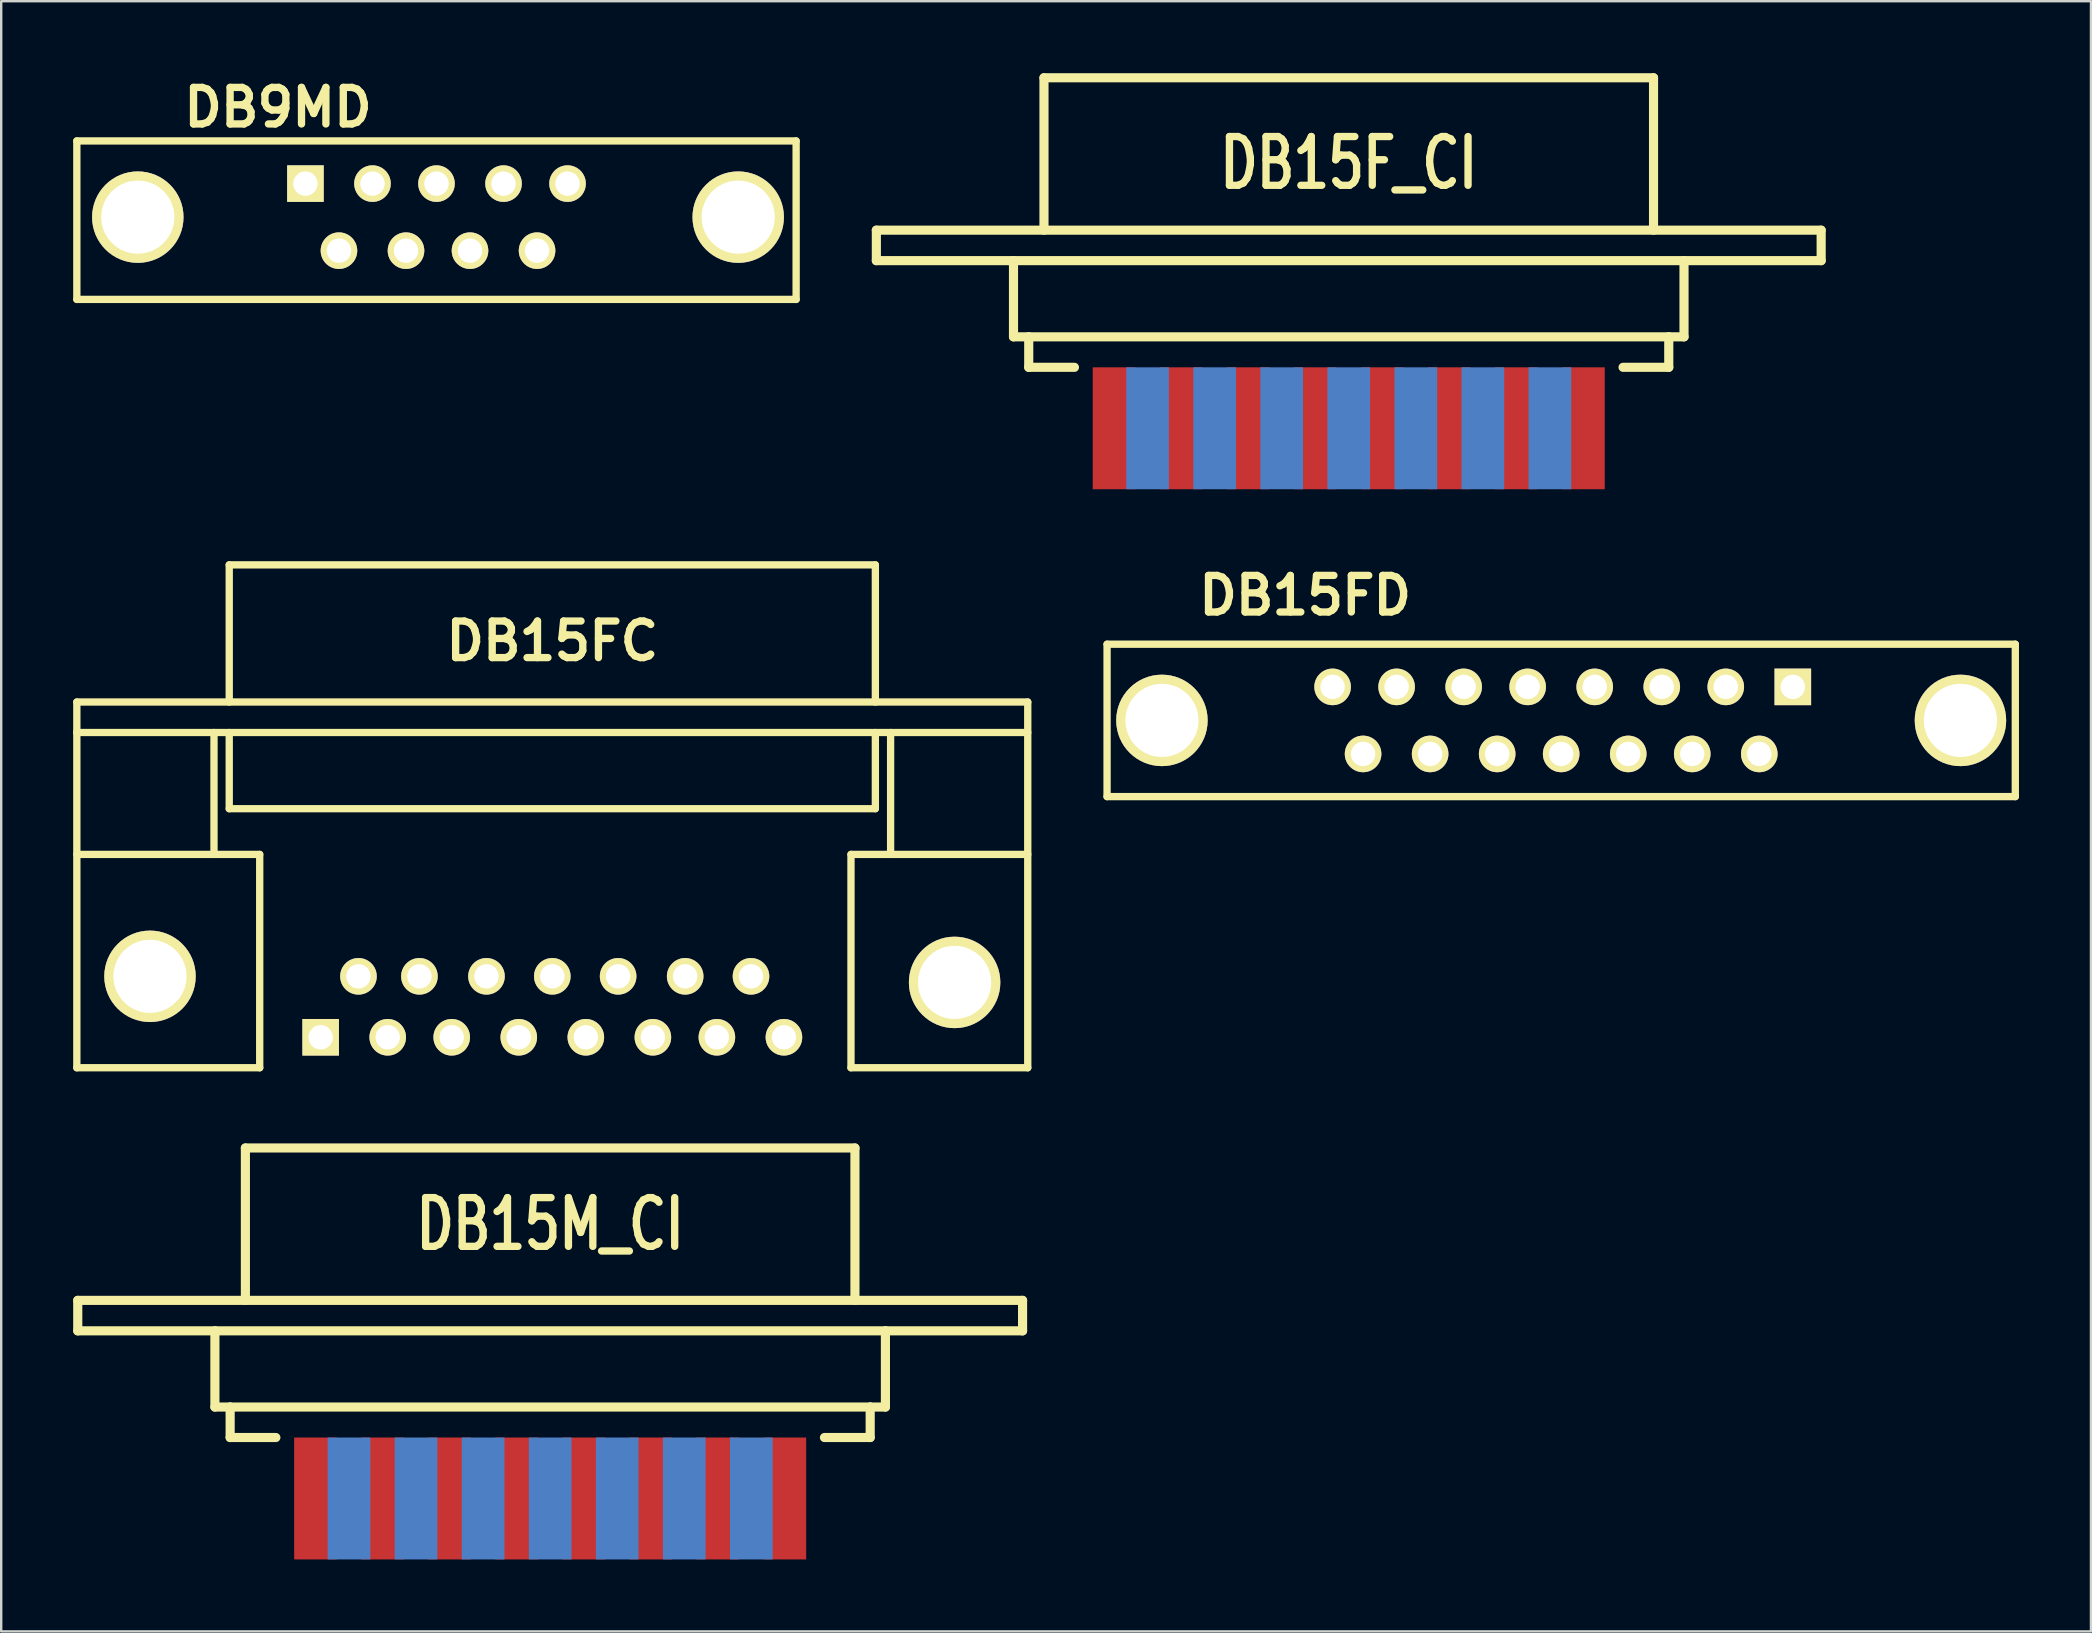
<source format=kicad_pcb>
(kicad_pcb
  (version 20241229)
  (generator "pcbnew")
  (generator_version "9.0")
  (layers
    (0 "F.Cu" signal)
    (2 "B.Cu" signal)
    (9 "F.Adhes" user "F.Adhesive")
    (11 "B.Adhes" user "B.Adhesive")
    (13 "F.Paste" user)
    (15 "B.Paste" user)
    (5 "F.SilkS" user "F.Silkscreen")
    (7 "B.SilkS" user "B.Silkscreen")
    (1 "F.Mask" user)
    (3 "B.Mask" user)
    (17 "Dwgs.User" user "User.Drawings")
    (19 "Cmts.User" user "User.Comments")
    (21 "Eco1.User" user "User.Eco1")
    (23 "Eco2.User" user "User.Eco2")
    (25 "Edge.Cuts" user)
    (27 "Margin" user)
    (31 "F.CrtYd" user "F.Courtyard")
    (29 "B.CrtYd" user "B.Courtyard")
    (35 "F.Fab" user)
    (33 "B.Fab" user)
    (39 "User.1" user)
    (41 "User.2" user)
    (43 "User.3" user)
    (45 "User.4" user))
  (footprint "DB15F_CI"
    (layer "F.Cu")
    (at 53.152 12.129)
    (property "Reference" "DB15F_CI" (at 0 -8.382 0) (layer "F.SilkS") (effects (font (size 2.032 1.524) (thickness 0.305))))
    (attr through_hole)
    (fp_line (start -19.685 -5.588) (end 19.685 -5.588) (stroke (width 0.381) (type solid)) (layer "F.SilkS"))
    (fp_line (start -19.685 -4.318) (end -19.685 -5.588) (stroke (width 0.381) (type solid)) (layer "F.SilkS"))
    (fp_line (start -13.97 -4.318) (end -19.685 -4.318) (stroke (width 0.381) (type solid)) (layer "F.SilkS"))
    (fp_line (start -13.97 -4.318) (end 13.97 -4.318) (stroke (width 0.381) (type solid)) (layer "F.SilkS"))
    (fp_line (start -13.97 -1.143) (end -13.97 -4.318) (stroke (width 0.381) (type solid)) (layer "F.SilkS"))
    (fp_line (start -13.335 -1.143) (end -13.97 -1.143) (stroke (width 0.381) (type solid)) (layer "F.SilkS"))
    (fp_line (start -13.335 -1.143) (end 13.335 -1.143) (stroke (width 0.381) (type solid)) (layer "F.SilkS"))
    (fp_line (start -13.335 0.127) (end -13.335 -1.143) (stroke (width 0.381) (type solid)) (layer "F.SilkS"))
    (fp_line (start -12.7 -11.938) (end 12.7 -11.938) (stroke (width 0.381) (type solid)) (layer "F.SilkS"))
    (fp_line (start -12.7 -5.588) (end -12.7 -11.938) (stroke (width 0.381) (type solid)) (layer "F.SilkS"))
    (fp_line (start -11.43 0.127) (end -13.335 0.127) (stroke (width 0.381) (type solid)) (layer "F.SilkS"))
    (fp_line (start 12.7 -11.938) (end 12.7 -5.588) (stroke (width 0.381) (type solid)) (layer "F.SilkS"))
    (fp_line (start 13.335 -1.143) (end 13.335 0.127) (stroke (width 0.381) (type solid)) (layer "F.SilkS"))
    (fp_line (start 13.335 0.127) (end 11.43 0.127) (stroke (width 0.381) (type solid)) (layer "F.SilkS"))
    (fp_line (start 13.97 -4.318) (end 13.97 -1.143) (stroke (width 0.381) (type solid)) (layer "F.SilkS"))
    (fp_line (start 13.97 -1.143) (end 13.335 -1.143) (stroke (width 0.381) (type solid)) (layer "F.SilkS"))
    (fp_line (start 19.685 -5.588) (end 19.685 -4.318) (stroke (width 0.381) (type solid)) (layer "F.SilkS"))
    (fp_line (start 19.685 -4.318) (end 13.97 -4.318) (stroke (width 0.381) (type solid)) (layer "F.SilkS"))
    (pad "1" connect rect (at -9.779 2.667) (size 1.778 5.08) (layers "F.Cu" "F.Mask"))
    (pad "2" connect rect (at -6.985 2.667) (size 1.778 5.08) (layers "F.Cu" "F.Mask"))
    (pad "3" connect rect (at -4.191 2.667) (size 1.778 5.08) (layers "F.Cu" "F.Mask"))
    (pad "4" connect rect (at -1.397 2.667) (size 1.778 5.08) (layers "F.Cu" "F.Mask"))
    (pad "5" connect rect (at 1.397 2.667) (size 1.778 5.08) (layers "F.Cu" "F.Mask"))
    (pad "6" connect rect (at 4.191 2.667) (size 1.778 5.08) (layers "F.Cu" "F.Mask"))
    (pad "7" connect rect (at 6.985 2.667) (size 1.778 5.08) (layers "F.Cu" "F.Mask"))
    (pad "8" connect rect (at 9.779 2.667) (size 1.778 5.08) (layers "F.Cu" "F.Mask"))
    (pad "9" connect rect (at -8.382 2.667) (size 1.778 5.08) (layers "B.Cu" "B.Mask"))
    (pad "10" connect rect (at -5.588 2.667) (size 1.778 5.08) (layers "B.Cu" "B.Mask"))
    (pad "11" connect rect (at -2.794 2.667) (size 1.778 5.08) (layers "B.Cu" "B.Mask"))
    (pad "12" connect rect (at 0 2.667) (size 1.778 5.08) (layers "B.Cu" "B.Mask"))
    (pad "13" connect rect (at 2.794 2.667) (size 1.778 5.08) (layers "B.Cu" "B.Mask"))
    (pad "14" connect rect (at 5.588 2.667) (size 1.778 5.08) (layers "B.Cu" "B.Mask"))
    (pad "15" connect rect (at 8.382 2.667) (size 1.778 5.08) (layers "B.Cu" "B.Mask")))
  (footprint "DB15FD"
    (layer "F.Cu")
    (at 61.496 26.842)
    (property "Reference" "DB15FD" (at -10.16 -5.08 180) (layer "F.SilkS") (effects (font (size 1.524 1.524) (thickness 0.305))))
    (attr through_hole)
    (fp_line (start -18.415 -3.048) (end -18.415 3.302) (stroke (width 0.305) (type solid)) (layer "F.SilkS"))
    (fp_line (start -18.415 3.302) (end 19.431 3.302) (stroke (width 0.305) (type solid)) (layer "F.SilkS"))
    (fp_line (start 19.431 -3.048) (end -18.415 -3.048) (stroke (width 0.305) (type solid)) (layer "F.SilkS"))
    (fp_line (start 19.431 3.302) (end 19.431 -3.048) (stroke (width 0.305) (type solid)) (layer "F.SilkS"))
    (pad "0" thru_hole circle (at -16.129 0.127) (size 3.81 3.81) (drill 3.048) (layers "*.Cu" "*.Mask" "F.SilkS"))
    (pad "0" thru_hole circle (at 17.145 0.127) (size 3.81 3.81) (drill 3.048) (layers "*.Cu" "*.Mask" "F.SilkS"))
    (pad "1" thru_hole rect (at 10.16 -1.27) (size 1.524 1.524) (drill 1.016) (layers "*.Cu" "*.Mask" "F.SilkS"))
    (pad "2" thru_hole circle (at 7.366 -1.27) (size 1.524 1.524) (drill 1.016) (layers "*.Cu" "*.Mask" "F.SilkS"))
    (pad "3" thru_hole circle (at 4.699 -1.27) (size 1.524 1.524) (drill 1.016) (layers "*.Cu" "*.Mask" "F.SilkS"))
    (pad "4" thru_hole circle (at 1.905 -1.27) (size 1.524 1.524) (drill 1.016) (layers "*.Cu" "*.Mask" "F.SilkS"))
    (pad "5" thru_hole circle (at -0.889 -1.27) (size 1.524 1.524) (drill 1.016) (layers "*.Cu" "*.Mask" "F.SilkS"))
    (pad "6" thru_hole circle (at -3.556 -1.27) (size 1.524 1.524) (drill 1.016) (layers "*.Cu" "*.Mask" "F.SilkS"))
    (pad "7" thru_hole circle (at -6.35 -1.27) (size 1.524 1.524) (drill 1.016) (layers "*.Cu" "*.Mask" "F.SilkS"))
    (pad "8" thru_hole circle (at -9.017 -1.27) (size 1.524 1.524) (drill 1.016) (layers "*.Cu" "*.Mask" "F.SilkS"))
    (pad "9" thru_hole circle (at 8.763 1.524) (size 1.524 1.524) (drill 1.016) (layers "*.Cu" "*.Mask" "F.SilkS"))
    (pad "10" thru_hole circle (at 5.969 1.524) (size 1.524 1.524) (drill 1.016) (layers "*.Cu" "*.Mask" "F.SilkS"))
    (pad "11" thru_hole circle (at 3.302 1.524) (size 1.524 1.524) (drill 1.016) (layers "*.Cu" "*.Mask" "F.SilkS"))
    (pad "12" thru_hole circle (at 0.508 1.524) (size 1.524 1.524) (drill 1.016) (layers "*.Cu" "*.Mask" "F.SilkS"))
    (pad "13" thru_hole circle (at -2.159 1.524) (size 1.524 1.524) (drill 1.016) (layers "*.Cu" "*.Mask" "F.SilkS"))
    (pad "14" thru_hole circle (at -4.953 1.524) (size 1.524 1.524) (drill 1.016) (layers "*.Cu" "*.Mask" "F.SilkS"))
    (pad "15" thru_hole circle (at -7.747 1.524) (size 1.524 1.524) (drill 1.016) (layers "*.Cu" "*.Mask" "F.SilkS")))
  (footprint "DB15FC"
    (layer "F.Cu")
    (at 19.964 38.903)
    (property "Reference" "DB15FC" (at 0 -15.24 0) (layer "F.SilkS") (effects (font (size 1.524 1.524) (thickness 0.305))))
    (attr through_hole)
    (fp_line (start -19.812 -12.7) (end -19.812 -11.43) (stroke (width 0.305) (type solid)) (layer "F.SilkS"))
    (fp_line (start -19.812 -6.35) (end -12.192 -6.35) (stroke (width 0.305) (type solid)) (layer "F.SilkS"))
    (fp_line (start -19.812 2.54) (end -19.812 -11.43) (stroke (width 0.305) (type solid)) (layer "F.SilkS"))
    (fp_line (start -19.812 2.54) (end -12.192 2.54) (stroke (width 0.305) (type solid)) (layer "F.SilkS"))
    (fp_line (start -14.097 -11.43) (end -14.097 -6.35) (stroke (width 0.305) (type solid)) (layer "F.SilkS"))
    (fp_line (start -13.462 -18.415) (end -13.462 -12.7) (stroke (width 0.305) (type solid)) (layer "F.SilkS"))
    (fp_line (start -13.462 -18.415) (end 13.462 -18.415) (stroke (width 0.305) (type solid)) (layer "F.SilkS"))
    (fp_line (start -13.462 -8.255) (end -13.462 -11.43) (stroke (width 0.305) (type solid)) (layer "F.SilkS"))
    (fp_line (start -12.192 -6.35) (end -12.192 2.54) (stroke (width 0.305) (type solid)) (layer "F.SilkS"))
    (fp_line (start 12.446 -6.35) (end 19.812 -6.35) (stroke (width 0.305) (type solid)) (layer "F.SilkS"))
    (fp_line (start 12.446 2.54) (end 12.446 -6.35) (stroke (width 0.305) (type solid)) (layer "F.SilkS"))
    (fp_line (start 13.462 -12.7) (end 13.462 -18.415) (stroke (width 0.305) (type solid)) (layer "F.SilkS"))
    (fp_line (start 13.462 -8.255) (end -13.462 -8.255) (stroke (width 0.305) (type solid)) (layer "F.SilkS"))
    (fp_line (start 13.462 -8.255) (end 13.462 -11.43) (stroke (width 0.305) (type solid)) (layer "F.SilkS"))
    (fp_line (start 14.097 -6.35) (end 14.097 -11.43) (stroke (width 0.305) (type solid)) (layer "F.SilkS"))
    (fp_line (start 19.812 -12.7) (end -19.812 -12.7) (stroke (width 0.305) (type solid)) (layer "F.SilkS"))
    (fp_line (start 19.812 -11.43) (end -19.812 -11.43) (stroke (width 0.305) (type solid)) (layer "F.SilkS"))
    (fp_line (start 19.812 2.54) (end 12.446 2.54) (stroke (width 0.305) (type solid)) (layer "F.SilkS"))
    (fp_line (start 19.812 2.54) (end 19.812 -12.7) (stroke (width 0.305) (type solid)) (layer "F.SilkS"))
    (pad "" thru_hole circle (at -16.764 -1.27) (size 3.81 3.81) (drill 3.048) (layers "*.Cu" "*.Mask" "F.SilkS"))
    (pad "" thru_hole circle (at 16.764 -1.016) (size 3.81 3.81) (drill 3.048) (layers "*.Cu" "*.Mask" "F.SilkS"))
    (pad "1" thru_hole rect (at -9.652 1.27) (size 1.524 1.524) (drill 1.016) (layers "*.Cu" "*.Mask" "F.SilkS"))
    (pad "2" thru_hole circle (at -6.858 1.27) (size 1.524 1.524) (drill 1.016) (layers "*.Cu" "*.Mask" "F.SilkS"))
    (pad "3" thru_hole circle (at -4.191 1.27) (size 1.524 1.524) (drill 1.016) (layers "*.Cu" "*.Mask" "F.SilkS"))
    (pad "4" thru_hole circle (at -1.397 1.27) (size 1.524 1.524) (drill 1.016) (layers "*.Cu" "*.Mask" "F.SilkS"))
    (pad "5" thru_hole circle (at 1.397 1.27) (size 1.524 1.524) (drill 1.016) (layers "*.Cu" "*.Mask" "F.SilkS"))
    (pad "6" thru_hole circle (at 4.191 1.27) (size 1.524 1.524) (drill 1.016) (layers "*.Cu" "*.Mask" "F.SilkS"))
    (pad "7" thru_hole circle (at 6.858 1.27) (size 1.524 1.524) (drill 1.016) (layers "*.Cu" "*.Mask" "F.SilkS"))
    (pad "8" thru_hole circle (at 9.652 1.27) (size 1.524 1.524) (drill 1.016) (layers "*.Cu" "*.Mask" "F.SilkS"))
    (pad "9" thru_hole circle (at -8.077 -1.27) (size 1.524 1.524) (drill 1.016) (layers "*.Cu" "*.Mask" "F.SilkS"))
    (pad "10" thru_hole circle (at -5.537 -1.27) (size 1.524 1.524) (drill 1.016) (layers "*.Cu" "*.Mask" "F.SilkS"))
    (pad "11" thru_hole circle (at -2.743 -1.27) (size 1.524 1.524) (drill 1.016) (layers "*.Cu" "*.Mask" "F.SilkS"))
    (pad "12" thru_hole circle (at 0 -1.27) (size 1.524 1.524) (drill 1.016) (layers "*.Cu" "*.Mask" "F.SilkS"))
    (pad "13" thru_hole circle (at 2.743 -1.27) (size 1.524 1.524) (drill 1.016) (layers "*.Cu" "*.Mask" "F.SilkS"))
    (pad "14" thru_hole circle (at 5.537 -1.27) (size 1.524 1.524) (drill 1.016) (layers "*.Cu" "*.Mask" "F.SilkS"))
    (pad "15" thru_hole circle (at 8.28 -1.27) (size 1.524 1.524) (drill 1.016) (layers "*.Cu" "*.Mask" "F.SilkS")))
  (footprint "DB9MD"
    (layer "F.Cu")
    (at 15.138 5.998)
    (property "Reference" "DB9MD" (at -6.604 -4.572 0) (layer "F.SilkS") (effects (font (size 1.524 1.524) (thickness 0.305))))
    (attr through_hole)
    (fp_line (start -14.986 -3.175) (end -14.986 3.429) (stroke (width 0.305) (type solid)) (layer "F.SilkS"))
    (fp_line (start -14.986 3.429) (end 14.986 3.429) (stroke (width 0.305) (type solid)) (layer "F.SilkS"))
    (fp_line (start 14.986 -3.175) (end -14.986 -3.175) (stroke (width 0.305) (type solid)) (layer "F.SilkS"))
    (fp_line (start 14.986 3.429) (end 14.986 -3.175) (stroke (width 0.305) (type solid)) (layer "F.SilkS"))
    (pad "0" thru_hole circle (at -12.446 0) (size 3.81 3.81) (drill 3.048) (layers "*.Cu" "*.Mask" "F.SilkS"))
    (pad "0" thru_hole circle (at 12.573 0) (size 3.81 3.81) (drill 3.048) (layers "*.Cu" "*.Mask" "F.SilkS"))
    (pad "1" thru_hole rect (at -5.461 -1.397) (size 1.524 1.524) (drill 1.016) (layers "*.Cu" "*.Mask" "F.SilkS"))
    (pad "2" thru_hole circle (at -2.667 -1.397) (size 1.524 1.524) (drill 1.016) (layers "*.Cu" "*.Mask" "F.SilkS"))
    (pad "3" thru_hole circle (at 0 -1.397) (size 1.524 1.524) (drill 1.016) (layers "*.Cu" "*.Mask" "F.SilkS"))
    (pad "4" thru_hole circle (at 2.794 -1.397) (size 1.524 1.524) (drill 1.016) (layers "*.Cu" "*.Mask" "F.SilkS"))
    (pad "5" thru_hole circle (at 5.461 -1.397) (size 1.524 1.524) (drill 1.016) (layers "*.Cu" "*.Mask" "F.SilkS"))
    (pad "6" thru_hole circle (at -4.064 1.397) (size 1.524 1.524) (drill 1.016) (layers "*.Cu" "*.Mask" "F.SilkS"))
    (pad "7" thru_hole circle (at -1.27 1.397) (size 1.524 1.524) (drill 1.016) (layers "*.Cu" "*.Mask" "F.SilkS"))
    (pad "8" thru_hole circle (at 1.397 1.397) (size 1.524 1.524) (drill 1.016) (layers "*.Cu" "*.Mask" "F.SilkS"))
    (pad "9" thru_hole circle (at 4.191 1.397) (size 1.524 1.524) (drill 1.016) (layers "*.Cu" "*.Mask" "F.SilkS")))
  (footprint "DB15M_CI"
    (layer "F.Cu")
    (at 19.875 56.724)
    (property "Reference" "DB15M_CI" (at 0 -8.763 0) (layer "F.SilkS") (effects (font (size 2.032 1.524) (thickness 0.305))))
    (attr through_hole)
    (fp_line (start -19.685 -5.588) (end -19.685 -4.318) (stroke (width 0.381) (type solid)) (layer "F.SilkS"))
    (fp_line (start -19.685 -4.318) (end -13.97 -4.318) (stroke (width 0.381) (type solid)) (layer "F.SilkS"))
    (fp_line (start -13.97 -4.318) (end -13.97 -1.143) (stroke (width 0.381) (type solid)) (layer "F.SilkS"))
    (fp_line (start -13.97 -1.143) (end -13.335 -1.143) (stroke (width 0.381) (type solid)) (layer "F.SilkS"))
    (fp_line (start -13.335 -1.143) (end -13.335 0.127) (stroke (width 0.381) (type solid)) (layer "F.SilkS"))
    (fp_line (start -13.335 0.127) (end -11.43 0.127) (stroke (width 0.381) (type solid)) (layer "F.SilkS"))
    (fp_line (start -12.7 -11.938) (end -12.7 -5.588) (stroke (width 0.381) (type solid)) (layer "F.SilkS"))
    (fp_line (start 11.43 0.127) (end 13.335 0.127) (stroke (width 0.381) (type solid)) (layer "F.SilkS"))
    (fp_line (start 12.7 -11.938) (end -12.7 -11.938) (stroke (width 0.381) (type solid)) (layer "F.SilkS"))
    (fp_line (start 12.7 -5.588) (end 12.7 -11.938) (stroke (width 0.381) (type solid)) (layer "F.SilkS"))
    (fp_line (start 13.335 -1.143) (end -13.335 -1.143) (stroke (width 0.381) (type solid)) (layer "F.SilkS"))
    (fp_line (start 13.335 -1.143) (end 13.97 -1.143) (stroke (width 0.381) (type solid)) (layer "F.SilkS"))
    (fp_line (start 13.335 0.127) (end 13.335 -1.143) (stroke (width 0.381) (type solid)) (layer "F.SilkS"))
    (fp_line (start 13.97 -4.318) (end -13.97 -4.318) (stroke (width 0.381) (type solid)) (layer "F.SilkS"))
    (fp_line (start 13.97 -4.318) (end 19.685 -4.318) (stroke (width 0.381) (type solid)) (layer "F.SilkS"))
    (fp_line (start 13.97 -1.143) (end 13.97 -4.318) (stroke (width 0.381) (type solid)) (layer "F.SilkS"))
    (fp_line (start 19.685 -5.588) (end -19.685 -5.588) (stroke (width 0.381) (type solid)) (layer "F.SilkS"))
    (fp_line (start 19.685 -4.318) (end 19.685 -5.588) (stroke (width 0.381) (type solid)) (layer "F.SilkS"))
    (pad "1" connect rect (at 9.779 2.667 180) (size 1.778 5.08) (layers "F.Cu" "F.Mask"))
    (pad "2" connect rect (at 6.985 2.667 180) (size 1.778 5.08) (layers "F.Cu" "F.Mask"))
    (pad "3" connect rect (at 4.191 2.667 180) (size 1.778 5.08) (layers "F.Cu" "F.Mask"))
    (pad "4" connect rect (at 1.397 2.667 180) (size 1.778 5.08) (layers "F.Cu" "F.Mask"))
    (pad "5" connect rect (at -1.397 2.667 180) (size 1.778 5.08) (layers "F.Cu" "F.Mask"))
    (pad "6" connect rect (at -4.191 2.667 180) (size 1.778 5.08) (layers "F.Cu" "F.Mask"))
    (pad "7" connect rect (at -6.985 2.667 180) (size 1.778 5.08) (layers "F.Cu" "F.Mask"))
    (pad "8" connect rect (at -9.779 2.667 180) (size 1.778 5.08) (layers "F.Cu" "F.Mask"))
    (pad "9" connect rect (at 8.382 2.667 180) (size 1.778 5.08) (layers "B.Cu" "B.Mask"))
    (pad "10" connect rect (at 5.588 2.667 180) (size 1.778 5.08) (layers "B.Cu" "B.Mask"))
    (pad "11" connect rect (at 2.794 2.667 180) (size 1.778 5.08) (layers "B.Cu" "B.Mask"))
    (pad "12" connect rect (at 0 2.667 180) (size 1.778 5.08) (layers "B.Cu" "B.Mask"))
    (pad "13" connect rect (at -2.794 2.667 180) (size 1.778 5.08) (layers "B.Cu" "B.Mask"))
    (pad "14" connect rect (at -5.588 2.667 180) (size 1.778 5.08) (layers "B.Cu" "B.Mask"))
    (pad "15" connect rect (at -8.382 2.667 180) (size 1.778 5.08) (layers "B.Cu" "B.Mask")))
  (gr_rect
    (start -3 -3)
    (end 84.08 64.931)
    (stroke (width 0.1) (type default))
    (fill no)
    (layer "Edge.Cuts")))
</source>
